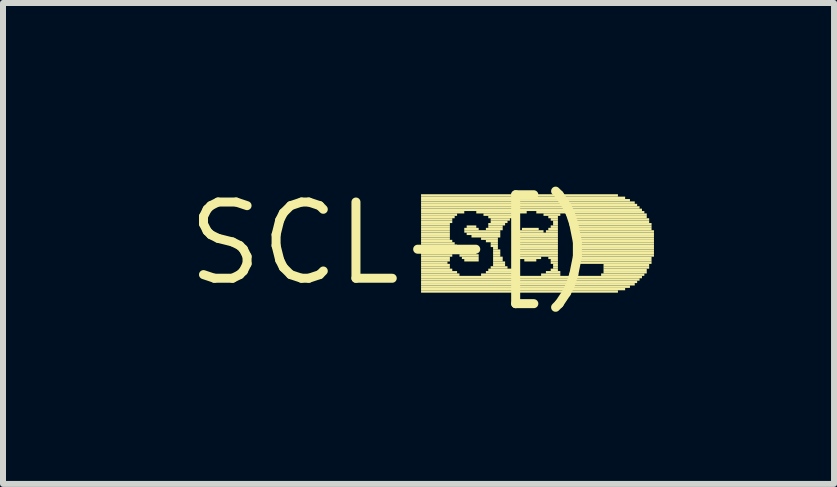
<source format=kicad_pcb>
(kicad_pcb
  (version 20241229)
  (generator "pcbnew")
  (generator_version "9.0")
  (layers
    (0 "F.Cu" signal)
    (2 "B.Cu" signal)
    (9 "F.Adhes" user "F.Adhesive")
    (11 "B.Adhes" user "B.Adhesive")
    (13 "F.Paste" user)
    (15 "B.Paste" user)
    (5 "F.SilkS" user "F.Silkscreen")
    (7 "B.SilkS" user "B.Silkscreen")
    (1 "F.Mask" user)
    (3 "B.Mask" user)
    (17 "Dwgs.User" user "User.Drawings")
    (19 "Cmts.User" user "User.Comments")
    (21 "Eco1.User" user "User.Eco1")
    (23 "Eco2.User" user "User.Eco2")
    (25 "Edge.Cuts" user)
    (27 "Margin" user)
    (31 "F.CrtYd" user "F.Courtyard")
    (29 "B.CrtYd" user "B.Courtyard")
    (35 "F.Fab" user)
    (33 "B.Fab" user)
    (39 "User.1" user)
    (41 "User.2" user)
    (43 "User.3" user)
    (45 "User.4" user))
  (footprint "SCL-[)"
    (layer "F.Cu")
    (at 3.485 1.006)
    (property "Reference" "SCL-[)" (at 0 0 0) (layer "F.SilkS") (effects (font (size 1.27 1.27) (thickness 0.15))))
    (attr through_hole)
    (fp_poly (pts (xy 0.48 -0.78) (xy 3.76 -0.78) (xy 3.76 -0.82) (xy 0.48 -0.82)) (stroke (width 0) (type solid)) (fill yes) (layer "F.SilkS"))
    (fp_poly (pts (xy 0.48 -0.74) (xy 3.88 -0.74) (xy 3.88 -0.78) (xy 0.48 -0.78)) (stroke (width 0) (type solid)) (fill yes) (layer "F.SilkS"))
    (fp_poly (pts (xy 0.48 -0.7) (xy 3.96 -0.7) (xy 3.96 -0.74) (xy 0.48 -0.74)) (stroke (width 0) (type solid)) (fill yes) (layer "F.SilkS"))
    (fp_poly (pts (xy 0.48 -0.66) (xy 4.04 -0.66) (xy 4.04 -0.7) (xy 0.48 -0.7)) (stroke (width 0) (type solid)) (fill yes) (layer "F.SilkS"))
    (fp_poly (pts (xy 0.48 -0.62) (xy 4.08 -0.62) (xy 4.08 -0.66) (xy 0.48 -0.66)) (stroke (width 0) (type solid)) (fill yes) (layer "F.SilkS"))
    (fp_poly (pts (xy 0.48 -0.58) (xy 4.12 -0.58) (xy 4.12 -0.62) (xy 0.48 -0.62)) (stroke (width 0) (type solid)) (fill yes) (layer "F.SilkS"))
    (fp_poly (pts (xy 0.48 -0.54) (xy 4.16 -0.54) (xy 4.16 -0.58) (xy 0.48 -0.58)) (stroke (width 0) (type solid)) (fill yes) (layer "F.SilkS"))
    (fp_poly (pts (xy 0.48 -0.5) (xy 1.2 -0.5) (xy 1.2 -0.54) (xy 0.48 -0.54)) (stroke (width 0) (type solid)) (fill yes) (layer "F.SilkS"))
    (fp_poly (pts (xy 0.48 -0.46) (xy 1.08 -0.46) (xy 1.08 -0.5) (xy 0.48 -0.5)) (stroke (width 0) (type solid)) (fill yes) (layer "F.SilkS"))
    (fp_poly (pts (xy 0.48 -0.42) (xy 1.04 -0.42) (xy 1.04 -0.46) (xy 0.48 -0.46)) (stroke (width 0) (type solid)) (fill yes) (layer "F.SilkS"))
    (fp_poly (pts (xy 0.48 -0.38) (xy 1 -0.38) (xy 1 -0.42) (xy 0.48 -0.42)) (stroke (width 0) (type solid)) (fill yes) (layer "F.SilkS"))
    (fp_poly (pts (xy 0.48 -0.34) (xy 1 -0.34) (xy 1 -0.38) (xy 0.48 -0.38)) (stroke (width 0) (type solid)) (fill yes) (layer "F.SilkS"))
    (fp_poly (pts (xy 0.48 -0.3) (xy 0.96 -0.3) (xy 0.96 -0.34) (xy 0.48 -0.34)) (stroke (width 0) (type solid)) (fill yes) (layer "F.SilkS"))
    (fp_poly (pts (xy 0.48 -0.26) (xy 0.96 -0.26) (xy 0.96 -0.3) (xy 0.48 -0.3)) (stroke (width 0) (type solid)) (fill yes) (layer "F.SilkS"))
    (fp_poly (pts (xy 0.48 -0.22) (xy 0.96 -0.22) (xy 0.96 -0.26) (xy 0.48 -0.26)) (stroke (width 0) (type solid)) (fill yes) (layer "F.SilkS"))
    (fp_poly (pts (xy 0.48 -0.18) (xy 0.96 -0.18) (xy 0.96 -0.22) (xy 0.48 -0.22)) (stroke (width 0) (type solid)) (fill yes) (layer "F.SilkS"))
    (fp_poly (pts (xy 0.48 -0.14) (xy 0.96 -0.14) (xy 0.96 -0.18) (xy 0.48 -0.18)) (stroke (width 0) (type solid)) (fill yes) (layer "F.SilkS"))
    (fp_poly (pts (xy 0.48 -0.1) (xy 0.96 -0.1) (xy 0.96 -0.14) (xy 0.48 -0.14)) (stroke (width 0) (type solid)) (fill yes) (layer "F.SilkS"))
    (fp_poly (pts (xy 0.48 -0.06) (xy 0.96 -0.06) (xy 0.96 -0.1) (xy 0.48 -0.1)) (stroke (width 0) (type solid)) (fill yes) (layer "F.SilkS"))
    (fp_poly (pts (xy 0.48 -0.02) (xy 1 -0.02) (xy 1 -0.06) (xy 0.48 -0.06)) (stroke (width 0) (type solid)) (fill yes) (layer "F.SilkS"))
    (fp_poly (pts (xy 0.48 0.02) (xy 1.04 0.02) (xy 1.04 -0.02) (xy 0.48 -0.02)) (stroke (width 0) (type solid)) (fill yes) (layer "F.SilkS"))
    (fp_poly (pts (xy 0.48 0.06) (xy 1.08 0.06) (xy 1.08 0.02) (xy 0.48 0.02)) (stroke (width 0) (type solid)) (fill yes) (layer "F.SilkS"))
    (fp_poly (pts (xy 0.48 0.1) (xy 1.16 0.1) (xy 1.16 0.06) (xy 0.48 0.06)) (stroke (width 0) (type solid)) (fill yes) (layer "F.SilkS"))
    (fp_poly (pts (xy 0.48 0.14) (xy 1.32 0.14) (xy 1.32 0.1) (xy 0.48 0.1)) (stroke (width 0) (type solid)) (fill yes) (layer "F.SilkS"))
    (fp_poly (pts (xy 0.48 0.18) (xy 1.4 0.18) (xy 1.4 0.14) (xy 0.48 0.14)) (stroke (width 0) (type solid)) (fill yes) (layer "F.SilkS"))
    (fp_poly (pts (xy 0.48 0.22) (xy 1 0.22) (xy 1 0.18) (xy 0.48 0.18)) (stroke (width 0) (type solid)) (fill yes) (layer "F.SilkS"))
    (fp_poly (pts (xy 0.48 0.26) (xy 0.96 0.26) (xy 0.96 0.22) (xy 0.48 0.22)) (stroke (width 0) (type solid)) (fill yes) (layer "F.SilkS"))
    (fp_poly (pts (xy 0.48 0.3) (xy 0.96 0.3) (xy 0.96 0.26) (xy 0.48 0.26)) (stroke (width 0) (type solid)) (fill yes) (layer "F.SilkS"))
    (fp_poly (pts (xy 0.48 0.34) (xy 0.92 0.34) (xy 0.92 0.3) (xy 0.48 0.3)) (stroke (width 0) (type solid)) (fill yes) (layer "F.SilkS"))
    (fp_poly (pts (xy 0.48 0.38) (xy 0.96 0.38) (xy 0.96 0.34) (xy 0.48 0.34)) (stroke (width 0) (type solid)) (fill yes) (layer "F.SilkS"))
    (fp_poly (pts (xy 0.48 0.42) (xy 0.96 0.42) (xy 0.96 0.38) (xy 0.48 0.38)) (stroke (width 0) (type solid)) (fill yes) (layer "F.SilkS"))
    (fp_poly (pts (xy 0.48 0.46) (xy 1 0.46) (xy 1 0.42) (xy 0.48 0.42)) (stroke (width 0) (type solid)) (fill yes) (layer "F.SilkS"))
    (fp_poly (pts (xy 0.48 0.5) (xy 1.08 0.5) (xy 1.08 0.46) (xy 0.48 0.46)) (stroke (width 0) (type solid)) (fill yes) (layer "F.SilkS"))
    (fp_poly (pts (xy 0.48 0.54) (xy 1.12 0.54) (xy 1.12 0.5) (xy 0.48 0.5)) (stroke (width 0) (type solid)) (fill yes) (layer "F.SilkS"))
    (fp_poly (pts (xy 0.48 0.58) (xy 4.16 0.58) (xy 4.16 0.54) (xy 0.48 0.54)) (stroke (width 0) (type solid)) (fill yes) (layer "F.SilkS"))
    (fp_poly (pts (xy 0.48 0.62) (xy 4.12 0.62) (xy 4.12 0.58) (xy 0.48 0.58)) (stroke (width 0) (type solid)) (fill yes) (layer "F.SilkS"))
    (fp_poly (pts (xy 0.48 0.66) (xy 4.08 0.66) (xy 4.08 0.62) (xy 0.48 0.62)) (stroke (width 0) (type solid)) (fill yes) (layer "F.SilkS"))
    (fp_poly (pts (xy 0.48 0.7) (xy 4.04 0.7) (xy 4.04 0.66) (xy 0.48 0.66)) (stroke (width 0) (type solid)) (fill yes) (layer "F.SilkS"))
    (fp_poly (pts (xy 0.48 0.74) (xy 3.96 0.74) (xy 3.96 0.7) (xy 0.48 0.7)) (stroke (width 0) (type solid)) (fill yes) (layer "F.SilkS"))
    (fp_poly (pts (xy 0.48 0.78) (xy 3.88 0.78) (xy 3.88 0.74) (xy 0.48 0.74)) (stroke (width 0) (type solid)) (fill yes) (layer "F.SilkS"))
    (fp_poly (pts (xy 0.48 0.82) (xy 3.76 0.82) (xy 3.76 0.78) (xy 0.48 0.78)) (stroke (width 0) (type solid)) (fill yes) (layer "F.SilkS"))
    (fp_poly (pts (xy 1.12 0.22) (xy 1.44 0.22) (xy 1.44 0.18) (xy 1.12 0.18)) (stroke (width 0) (type solid)) (fill yes) (layer "F.SilkS"))
    (fp_poly (pts (xy 1.16 0.26) (xy 1.44 0.26) (xy 1.44 0.22) (xy 1.16 0.22)) (stroke (width 0) (type solid)) (fill yes) (layer "F.SilkS"))
    (fp_poly (pts (xy 1.2 -0.22) (xy 1.44 -0.22) (xy 1.44 -0.26) (xy 1.2 -0.26)) (stroke (width 0) (type solid)) (fill yes) (layer "F.SilkS"))
    (fp_poly (pts (xy 1.2 -0.18) (xy 1.8 -0.18) (xy 1.8 -0.22) (xy 1.2 -0.22)) (stroke (width 0) (type solid)) (fill yes) (layer "F.SilkS"))
    (fp_poly (pts (xy 1.2 0.3) (xy 1.44 0.3) (xy 1.44 0.26) (xy 1.2 0.26)) (stroke (width 0) (type solid)) (fill yes) (layer "F.SilkS"))
    (fp_poly (pts (xy 1.24 -0.26) (xy 1.4 -0.26) (xy 1.4 -0.3) (xy 1.24 -0.3)) (stroke (width 0) (type solid)) (fill yes) (layer "F.SilkS"))
    (fp_poly (pts (xy 1.24 -0.14) (xy 1.8 -0.14) (xy 1.8 -0.18) (xy 1.24 -0.18)) (stroke (width 0) (type solid)) (fill yes) (layer "F.SilkS"))
    (fp_poly (pts (xy 1.32 -0.1) (xy 1.8 -0.1) (xy 1.8 -0.14) (xy 1.32 -0.14)) (stroke (width 0) (type solid)) (fill yes) (layer "F.SilkS"))
    (fp_poly (pts (xy 1.4 -0.5) (xy 2.24 -0.5) (xy 2.24 -0.54) (xy 1.4 -0.54)) (stroke (width 0) (type solid)) (fill yes) (layer "F.SilkS"))
    (fp_poly (pts (xy 1.48 -0.06) (xy 1.76 -0.06) (xy 1.76 -0.1) (xy 1.48 -0.1)) (stroke (width 0) (type solid)) (fill yes) (layer "F.SilkS"))
    (fp_poly (pts (xy 1.48 0.54) (xy 2.12 0.54) (xy 2.12 0.5) (xy 1.48 0.5)) (stroke (width 0) (type solid)) (fill yes) (layer "F.SilkS"))
    (fp_poly (pts (xy 1.52 -0.46) (xy 2.12 -0.46) (xy 2.12 -0.5) (xy 1.52 -0.5)) (stroke (width 0) (type solid)) (fill yes) (layer "F.SilkS"))
    (fp_poly (pts (xy 1.56 -0.22) (xy 1.84 -0.22) (xy 1.84 -0.26) (xy 1.56 -0.26)) (stroke (width 0) (type solid)) (fill yes) (layer "F.SilkS"))
    (fp_poly (pts (xy 1.56 -0.02) (xy 1.76 -0.02) (xy 1.76 -0.06) (xy 1.56 -0.06)) (stroke (width 0) (type solid)) (fill yes) (layer "F.SilkS"))
    (fp_poly (pts (xy 1.56 0.5) (xy 2.04 0.5) (xy 2.04 0.46) (xy 1.56 0.46)) (stroke (width 0) (type solid)) (fill yes) (layer "F.SilkS"))
    (fp_poly (pts (xy 1.6 -0.42) (xy 2.04 -0.42) (xy 2.04 -0.46) (xy 1.6 -0.46)) (stroke (width 0) (type solid)) (fill yes) (layer "F.SilkS"))
    (fp_poly (pts (xy 1.6 -0.3) (xy 1.88 -0.3) (xy 1.88 -0.34) (xy 1.6 -0.34)) (stroke (width 0) (type solid)) (fill yes) (layer "F.SilkS"))
    (fp_poly (pts (xy 1.6 -0.26) (xy 1.84 -0.26) (xy 1.84 -0.3) (xy 1.6 -0.3)) (stroke (width 0) (type solid)) (fill yes) (layer "F.SilkS"))
    (fp_poly (pts (xy 1.6 0.46) (xy 2 0.46) (xy 2 0.42) (xy 1.6 0.42)) (stroke (width 0) (type solid)) (fill yes) (layer "F.SilkS"))
    (fp_poly (pts (xy 1.64 -0.38) (xy 1.96 -0.38) (xy 1.96 -0.42) (xy 1.64 -0.42)) (stroke (width 0) (type solid)) (fill yes) (layer "F.SilkS"))
    (fp_poly (pts (xy 1.64 -0.34) (xy 1.92 -0.34) (xy 1.92 -0.38) (xy 1.64 -0.38)) (stroke (width 0) (type solid)) (fill yes) (layer "F.SilkS"))
    (fp_poly (pts (xy 1.64 0.02) (xy 1.76 0.02) (xy 1.76 -0.02) (xy 1.64 -0.02)) (stroke (width 0) (type solid)) (fill yes) (layer "F.SilkS"))
    (fp_poly (pts (xy 1.64 0.06) (xy 1.76 0.06) (xy 1.76 0.02) (xy 1.64 0.02)) (stroke (width 0) (type solid)) (fill yes) (layer "F.SilkS"))
    (fp_poly (pts (xy 1.64 0.42) (xy 1.92 0.42) (xy 1.92 0.38) (xy 1.64 0.38)) (stroke (width 0) (type solid)) (fill yes) (layer "F.SilkS"))
    (fp_poly (pts (xy 1.68 0.1) (xy 1.76 0.1) (xy 1.76 0.06) (xy 1.68 0.06)) (stroke (width 0) (type solid)) (fill yes) (layer "F.SilkS"))
    (fp_poly (pts (xy 1.68 0.14) (xy 1.8 0.14) (xy 1.8 0.1) (xy 1.68 0.1)) (stroke (width 0) (type solid)) (fill yes) (layer "F.SilkS"))
    (fp_poly (pts (xy 1.68 0.18) (xy 1.8 0.18) (xy 1.8 0.14) (xy 1.68 0.14)) (stroke (width 0) (type solid)) (fill yes) (layer "F.SilkS"))
    (fp_poly (pts (xy 1.68 0.22) (xy 1.8 0.22) (xy 1.8 0.18) (xy 1.68 0.18)) (stroke (width 0) (type solid)) (fill yes) (layer "F.SilkS"))
    (fp_poly (pts (xy 1.68 0.26) (xy 1.84 0.26) (xy 1.84 0.22) (xy 1.68 0.22)) (stroke (width 0) (type solid)) (fill yes) (layer "F.SilkS"))
    (fp_poly (pts (xy 1.68 0.3) (xy 1.84 0.3) (xy 1.84 0.26) (xy 1.68 0.26)) (stroke (width 0) (type solid)) (fill yes) (layer "F.SilkS"))
    (fp_poly (pts (xy 1.68 0.34) (xy 1.88 0.34) (xy 1.88 0.3) (xy 1.68 0.3)) (stroke (width 0) (type solid)) (fill yes) (layer "F.SilkS"))
    (fp_poly (pts (xy 1.68 0.38) (xy 1.88 0.38) (xy 1.88 0.34) (xy 1.68 0.34)) (stroke (width 0) (type solid)) (fill yes) (layer "F.SilkS"))
    (fp_poly (pts (xy 2.04 -0.1) (xy 2.76 -0.1) (xy 2.76 -0.14) (xy 2.04 -0.14)) (stroke (width 0) (type solid)) (fill yes) (layer "F.SilkS"))
    (fp_poly (pts (xy 2.04 -0.06) (xy 2.76 -0.06) (xy 2.76 -0.1) (xy 2.04 -0.1)) (stroke (width 0) (type solid)) (fill yes) (layer "F.SilkS"))
    (fp_poly (pts (xy 2.04 -0.02) (xy 2.76 -0.02) (xy 2.76 -0.06) (xy 2.04 -0.06)) (stroke (width 0) (type solid)) (fill yes) (layer "F.SilkS"))
    (fp_poly (pts (xy 2.04 0.02) (xy 2.76 0.02) (xy 2.76 -0.02) (xy 2.04 -0.02)) (stroke (width 0) (type solid)) (fill yes) (layer "F.SilkS"))
    (fp_poly (pts (xy 2.04 0.06) (xy 2.76 0.06) (xy 2.76 0.02) (xy 2.04 0.02)) (stroke (width 0) (type solid)) (fill yes) (layer "F.SilkS"))
    (fp_poly (pts (xy 2.04 0.1) (xy 2.76 0.1) (xy 2.76 0.06) (xy 2.04 0.06)) (stroke (width 0) (type solid)) (fill yes) (layer "F.SilkS"))
    (fp_poly (pts (xy 2.04 0.14) (xy 2.76 0.14) (xy 2.76 0.1) (xy 2.04 0.1)) (stroke (width 0) (type solid)) (fill yes) (layer "F.SilkS"))
    (fp_poly (pts (xy 2.04 0.18) (xy 2.76 0.18) (xy 2.76 0.14) (xy 2.04 0.14)) (stroke (width 0) (type solid)) (fill yes) (layer "F.SilkS"))
    (fp_poly (pts (xy 2.08 -0.14) (xy 2.76 -0.14) (xy 2.76 -0.18) (xy 2.08 -0.18)) (stroke (width 0) (type solid)) (fill yes) (layer "F.SilkS"))
    (fp_poly (pts (xy 2.08 0.22) (xy 2.76 0.22) (xy 2.76 0.18) (xy 2.08 0.18)) (stroke (width 0) (type solid)) (fill yes) (layer "F.SilkS"))
    (fp_poly (pts (xy 2.12 -0.18) (xy 2.52 -0.18) (xy 2.52 -0.22) (xy 2.12 -0.22)) (stroke (width 0) (type solid)) (fill yes) (layer "F.SilkS"))
    (fp_poly (pts (xy 2.12 0.26) (xy 2.48 0.26) (xy 2.48 0.22) (xy 2.12 0.22)) (stroke (width 0) (type solid)) (fill yes) (layer "F.SilkS"))
    (fp_poly (pts (xy 2.16 -0.22) (xy 2.44 -0.22) (xy 2.44 -0.26) (xy 2.16 -0.26)) (stroke (width 0) (type solid)) (fill yes) (layer "F.SilkS"))
    (fp_poly (pts (xy 2.2 0.3) (xy 2.4 0.3) (xy 2.4 0.26) (xy 2.2 0.26)) (stroke (width 0) (type solid)) (fill yes) (layer "F.SilkS"))
    (fp_poly (pts (xy 2.4 -0.5) (xy 4.2 -0.5) (xy 4.2 -0.54) (xy 2.4 -0.54)) (stroke (width 0) (type solid)) (fill yes) (layer "F.SilkS"))
    (fp_poly (pts (xy 2.48 0.54) (xy 2.8 0.54) (xy 2.8 0.5) (xy 2.48 0.5)) (stroke (width 0) (type solid)) (fill yes) (layer "F.SilkS"))
    (fp_poly (pts (xy 2.52 -0.46) (xy 2.8 -0.46) (xy 2.8 -0.5) (xy 2.52 -0.5)) (stroke (width 0) (type solid)) (fill yes) (layer "F.SilkS"))
    (fp_poly (pts (xy 2.56 -0.18) (xy 2.76 -0.18) (xy 2.76 -0.22) (xy 2.56 -0.22)) (stroke (width 0) (type solid)) (fill yes) (layer "F.SilkS"))
    (fp_poly (pts (xy 2.56 0.5) (xy 2.8 0.5) (xy 2.8 0.46) (xy 2.56 0.46)) (stroke (width 0) (type solid)) (fill yes) (layer "F.SilkS"))
    (fp_poly (pts (xy 2.6 -0.42) (xy 2.76 -0.42) (xy 2.76 -0.46) (xy 2.6 -0.46)) (stroke (width 0) (type solid)) (fill yes) (layer "F.SilkS"))
    (fp_poly (pts (xy 2.6 -0.22) (xy 2.76 -0.22) (xy 2.76 -0.26) (xy 2.6 -0.26)) (stroke (width 0) (type solid)) (fill yes) (layer "F.SilkS"))
    (fp_poly (pts (xy 2.6 0.26) (xy 2.76 0.26) (xy 2.76 0.22) (xy 2.6 0.22)) (stroke (width 0) (type solid)) (fill yes) (layer "F.SilkS"))
    (fp_poly (pts (xy 2.64 -0.38) (xy 2.76 -0.38) (xy 2.76 -0.42) (xy 2.64 -0.42)) (stroke (width 0) (type solid)) (fill yes) (layer "F.SilkS"))
    (fp_poly (pts (xy 2.64 -0.26) (xy 2.76 -0.26) (xy 2.76 -0.3) (xy 2.64 -0.3)) (stroke (width 0) (type solid)) (fill yes) (layer "F.SilkS"))
    (fp_poly (pts (xy 2.64 0.3) (xy 2.76 0.3) (xy 2.76 0.26) (xy 2.64 0.26)) (stroke (width 0) (type solid)) (fill yes) (layer "F.SilkS"))
    (fp_poly (pts (xy 2.64 0.34) (xy 2.76 0.34) (xy 2.76 0.3) (xy 2.64 0.3)) (stroke (width 0) (type solid)) (fill yes) (layer "F.SilkS"))
    (fp_poly (pts (xy 2.64 0.46) (xy 2.76 0.46) (xy 2.76 0.42) (xy 2.64 0.42)) (stroke (width 0) (type solid)) (fill yes) (layer "F.SilkS"))
    (fp_poly (pts (xy 2.68 -0.34) (xy 2.76 -0.34) (xy 2.76 -0.38) (xy 2.68 -0.38)) (stroke (width 0) (type solid)) (fill yes) (layer "F.SilkS"))
    (fp_poly (pts (xy 2.68 -0.3) (xy 2.76 -0.3) (xy 2.76 -0.34) (xy 2.68 -0.34)) (stroke (width 0) (type solid)) (fill yes) (layer "F.SilkS"))
    (fp_poly (pts (xy 2.68 0.38) (xy 2.76 0.38) (xy 2.76 0.34) (xy 2.68 0.34)) (stroke (width 0) (type solid)) (fill yes) (layer "F.SilkS"))
    (fp_poly (pts (xy 2.68 0.42) (xy 2.76 0.42) (xy 2.76 0.38) (xy 2.68 0.38)) (stroke (width 0) (type solid)) (fill yes) (layer "F.SilkS"))
    (fp_poly (pts (xy 3 -0.46) (xy 4.24 -0.46) (xy 4.24 -0.5) (xy 3 -0.5)) (stroke (width 0) (type solid)) (fill yes) (layer "F.SilkS"))
    (fp_poly (pts (xy 3 -0.42) (xy 4.24 -0.42) (xy 4.24 -0.46) (xy 3 -0.46)) (stroke (width 0) (type solid)) (fill yes) (layer "F.SilkS"))
    (fp_poly (pts (xy 3.04 -0.38) (xy 4.28 -0.38) (xy 4.28 -0.42) (xy 3.04 -0.42)) (stroke (width 0) (type solid)) (fill yes) (layer "F.SilkS"))
    (fp_poly (pts (xy 3.04 -0.34) (xy 4.28 -0.34) (xy 4.28 -0.38) (xy 3.04 -0.38)) (stroke (width 0) (type solid)) (fill yes) (layer "F.SilkS"))
    (fp_poly (pts (xy 3.04 -0.3) (xy 4.32 -0.3) (xy 4.32 -0.34) (xy 3.04 -0.34)) (stroke (width 0) (type solid)) (fill yes) (layer "F.SilkS"))
    (fp_poly (pts (xy 3.04 -0.26) (xy 4.32 -0.26) (xy 4.32 -0.3) (xy 3.04 -0.3)) (stroke (width 0) (type solid)) (fill yes) (layer "F.SilkS"))
    (fp_poly (pts (xy 3.04 -0.22) (xy 4.32 -0.22) (xy 4.32 -0.26) (xy 3.04 -0.26)) (stroke (width 0) (type solid)) (fill yes) (layer "F.SilkS"))
    (fp_poly (pts (xy 3.04 -0.18) (xy 4.36 -0.18) (xy 4.36 -0.22) (xy 3.04 -0.22)) (stroke (width 0) (type solid)) (fill yes) (layer "F.SilkS"))
    (fp_poly (pts (xy 3.04 -0.14) (xy 4.36 -0.14) (xy 4.36 -0.18) (xy 3.04 -0.18)) (stroke (width 0) (type solid)) (fill yes) (layer "F.SilkS"))
    (fp_poly (pts (xy 3.04 -0.1) (xy 4.36 -0.1) (xy 4.36 -0.14) (xy 3.04 -0.14)) (stroke (width 0) (type solid)) (fill yes) (layer "F.SilkS"))
    (fp_poly (pts (xy 3.04 -0.06) (xy 4.36 -0.06) (xy 4.36 -0.1) (xy 3.04 -0.1)) (stroke (width 0) (type solid)) (fill yes) (layer "F.SilkS"))
    (fp_poly (pts (xy 3.04 -0.02) (xy 4.36 -0.02) (xy 4.36 -0.06) (xy 3.04 -0.06)) (stroke (width 0) (type solid)) (fill yes) (layer "F.SilkS"))
    (fp_poly (pts (xy 3.04 0.02) (xy 4.36 0.02) (xy 4.36 -0.02) (xy 3.04 -0.02)) (stroke (width 0) (type solid)) (fill yes) (layer "F.SilkS"))
    (fp_poly (pts (xy 3.04 0.06) (xy 4.36 0.06) (xy 4.36 0.02) (xy 3.04 0.02)) (stroke (width 0) (type solid)) (fill yes) (layer "F.SilkS"))
    (fp_poly (pts (xy 3.04 0.1) (xy 4.36 0.1) (xy 4.36 0.06) (xy 3.04 0.06)) (stroke (width 0) (type solid)) (fill yes) (layer "F.SilkS"))
    (fp_poly (pts (xy 3.04 0.14) (xy 4.36 0.14) (xy 4.36 0.1) (xy 3.04 0.1)) (stroke (width 0) (type solid)) (fill yes) (layer "F.SilkS"))
    (fp_poly (pts (xy 3.04 0.18) (xy 4.36 0.18) (xy 4.36 0.14) (xy 3.04 0.14)) (stroke (width 0) (type solid)) (fill yes) (layer "F.SilkS"))
    (fp_poly (pts (xy 3.04 0.22) (xy 4.36 0.22) (xy 4.36 0.18) (xy 3.04 0.18)) (stroke (width 0) (type solid)) (fill yes) (layer "F.SilkS"))
    (fp_poly (pts (xy 3.04 0.26) (xy 4.32 0.26) (xy 4.32 0.22) (xy 3.04 0.22)) (stroke (width 0) (type solid)) (fill yes) (layer "F.SilkS"))
    (fp_poly (pts (xy 3.04 0.3) (xy 4.32 0.3) (xy 4.32 0.26) (xy 3.04 0.26)) (stroke (width 0) (type solid)) (fill yes) (layer "F.SilkS"))
    (fp_poly (pts (xy 3.04 0.34) (xy 4.32 0.34) (xy 4.32 0.3) (xy 3.04 0.3)) (stroke (width 0) (type solid)) (fill yes) (layer "F.SilkS"))
    (fp_poly (pts (xy 3.48 0.54) (xy 4.2 0.54) (xy 4.2 0.5) (xy 3.48 0.5)) (stroke (width 0) (type solid)) (fill yes) (layer "F.SilkS"))
    (fp_poly (pts (xy 3.52 0.38) (xy 4.28 0.38) (xy 4.28 0.34) (xy 3.52 0.34)) (stroke (width 0) (type solid)) (fill yes) (layer "F.SilkS"))
    (fp_poly (pts (xy 3.52 0.42) (xy 4.28 0.42) (xy 4.28 0.38) (xy 3.52 0.38)) (stroke (width 0) (type solid)) (fill yes) (layer "F.SilkS"))
    (fp_poly (pts (xy 3.52 0.46) (xy 4.24 0.46) (xy 4.24 0.42) (xy 3.52 0.42)) (stroke (width 0) (type solid)) (fill yes) (layer "F.SilkS"))
    (fp_poly (pts (xy 3.52 0.5) (xy 4.24 0.5) (xy 4.24 0.46) (xy 3.52 0.46)) (stroke (width 0) (type solid)) (fill yes) (layer "F.SilkS")))
  (gr_rect
    (start -3 -3)
    (end 10.845 5.012)
    (stroke (width 0.1) (type default))
    (fill no)
    (layer "Edge.Cuts")))
</source>
